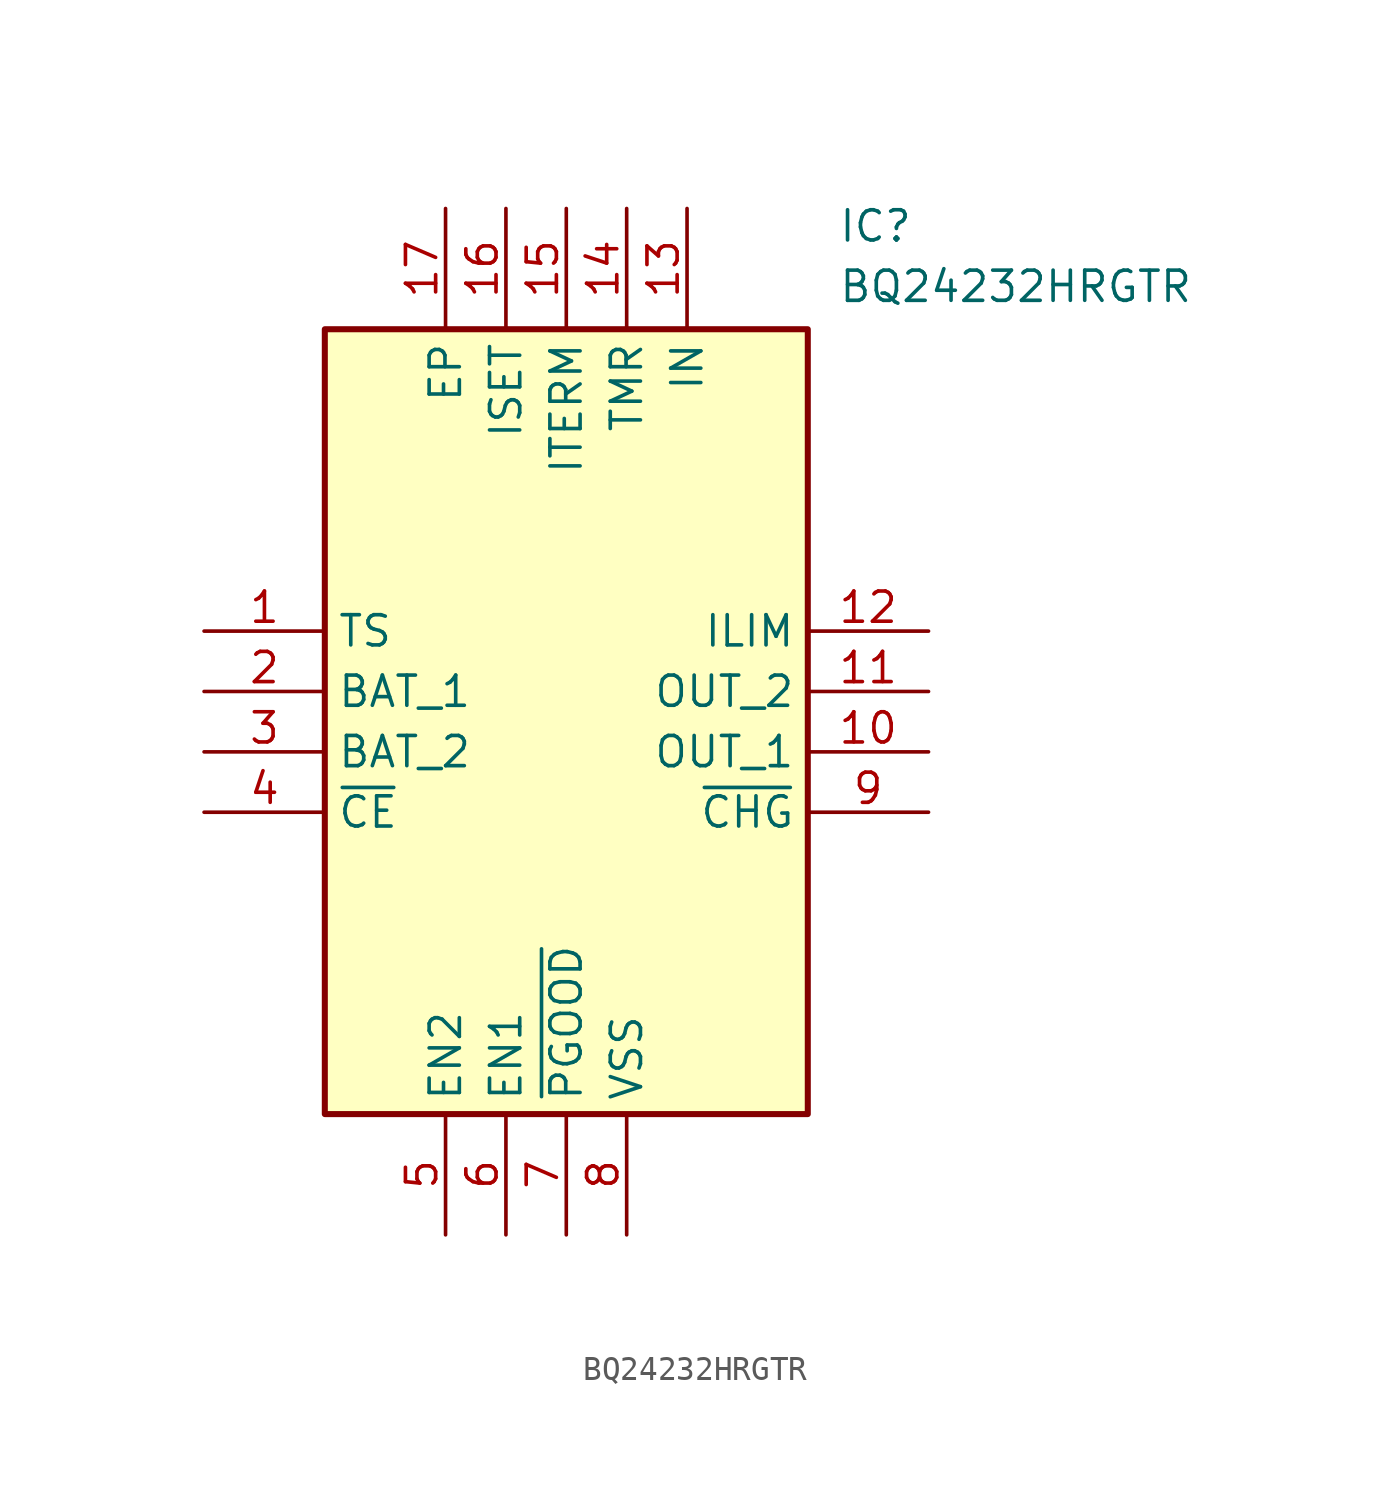
<source format=kicad_sym>
(kicad_symbol_lib
  (version 20220914)
  (generator kicad_symbol_editor)
  (symbol "BQ24232HRGTR"
    (property "Reference" "IC"
      (at 26.67 17.78 0)
      (effects (font (size 1.27 1.27)) (justify left top)))
    (property "Value" "BQ24232HRGTR"
      (at 26.67 15.24 0)
      (effects (font (size 1.27 1.27)) (justify left top)))
    (symbol "BQ24232HRGTR_1_1"
      (rectangle (start 5.08 12.7) (end 25.4 -20.32) (stroke (width 0.254) (type default)) (fill (type background)))
      (pin passive line (at 0 0 0) (length 5.08) (name "TS" (effects (font (size 1.27 1.27)))) (number "1" (effects (font (size 1.27 1.27)))))
      (pin passive line (at 30.48 -5.08 180) (length 5.08) (name "OUT_1" (effects (font (size 1.27 1.27)))) (number "10" (effects (font (size 1.27 1.27)))))
      (pin passive line (at 30.48 -2.54 180) (length 5.08) (name "OUT_2" (effects (font (size 1.27 1.27)))) (number "11" (effects (font (size 1.27 1.27)))))
      (pin passive line (at 30.48 0 180) (length 5.08) (name "ILIM" (effects (font (size 1.27 1.27)))) (number "12" (effects (font (size 1.27 1.27)))))
      (pin passive line (at 20.32 17.78 270) (length 5.08) (name "IN" (effects (font (size 1.27 1.27)))) (number "13" (effects (font (size 1.27 1.27)))))
      (pin passive line (at 17.78 17.78 270) (length 5.08) (name "TMR" (effects (font (size 1.27 1.27)))) (number "14" (effects (font (size 1.27 1.27)))))
      (pin passive line (at 15.24 17.78 270) (length 5.08) (name "ITERM" (effects (font (size 1.27 1.27)))) (number "15" (effects (font (size 1.27 1.27)))))
      (pin passive line (at 12.7 17.78 270) (length 5.08) (name "ISET" (effects (font (size 1.27 1.27)))) (number "16" (effects (font (size 1.27 1.27)))))
      (pin passive line (at 10.16 17.78 270) (length 5.08) (name "EP" (effects (font (size 1.27 1.27)))) (number "17" (effects (font (size 1.27 1.27)))))
      (pin passive line (at 0 -2.54 0) (length 5.08) (name "BAT_1" (effects (font (size 1.27 1.27)))) (number "2" (effects (font (size 1.27 1.27)))))
      (pin passive line (at 0 -5.08 0) (length 5.08) (name "BAT_2" (effects (font (size 1.27 1.27)))) (number "3" (effects (font (size 1.27 1.27)))))
      (pin passive line (at 0 -7.62 0) (length 5.08) (name "~{CE}" (effects (font (size 1.27 1.27)))) (number "4" (effects (font (size 1.27 1.27)))))
      (pin passive line (at 10.16 -25.4 90) (length 5.08) (name "EN2" (effects (font (size 1.27 1.27)))) (number "5" (effects (font (size 1.27 1.27)))))
      (pin passive line (at 12.7 -25.4 90) (length 5.08) (name "EN1" (effects (font (size 1.27 1.27)))) (number "6" (effects (font (size 1.27 1.27)))))
      (pin passive line (at 15.24 -25.4 90) (length 5.08) (name "~{PGOOD}" (effects (font (size 1.27 1.27)))) (number "7" (effects (font (size 1.27 1.27)))))
      (pin passive line (at 17.78 -25.4 90) (length 5.08) (name "VSS" (effects (font (size 1.27 1.27)))) (number "8" (effects (font (size 1.27 1.27)))))
      (pin passive line (at 30.48 -7.62 180) (length 5.08) (name "~{CHG}" (effects (font (size 1.27 1.27)))) (number "9" (effects (font (size 1.27 1.27))))))))
</source>
